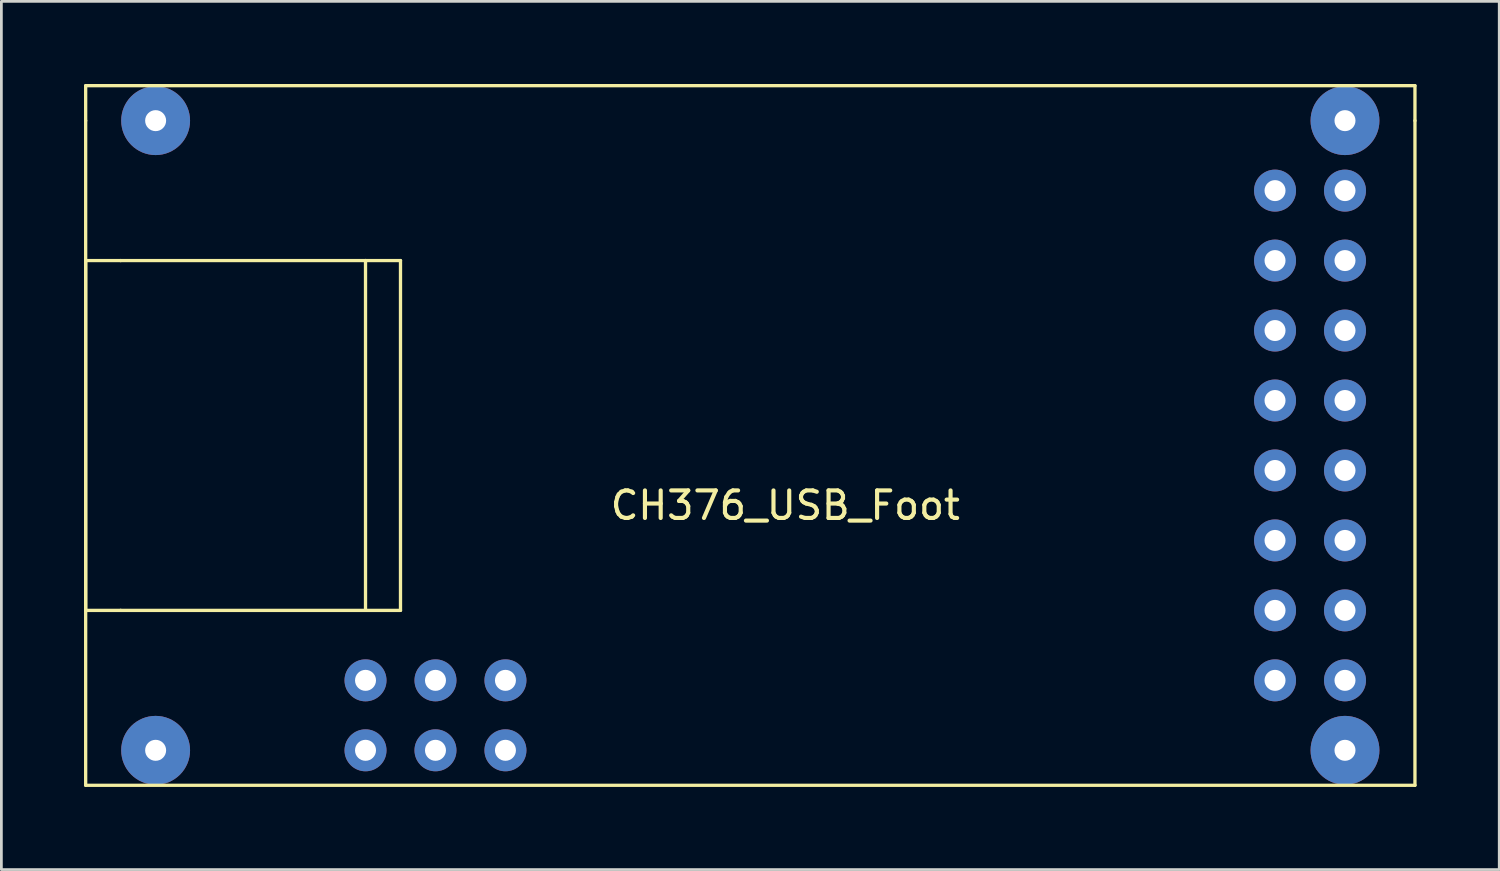
<source format=kicad_pcb>
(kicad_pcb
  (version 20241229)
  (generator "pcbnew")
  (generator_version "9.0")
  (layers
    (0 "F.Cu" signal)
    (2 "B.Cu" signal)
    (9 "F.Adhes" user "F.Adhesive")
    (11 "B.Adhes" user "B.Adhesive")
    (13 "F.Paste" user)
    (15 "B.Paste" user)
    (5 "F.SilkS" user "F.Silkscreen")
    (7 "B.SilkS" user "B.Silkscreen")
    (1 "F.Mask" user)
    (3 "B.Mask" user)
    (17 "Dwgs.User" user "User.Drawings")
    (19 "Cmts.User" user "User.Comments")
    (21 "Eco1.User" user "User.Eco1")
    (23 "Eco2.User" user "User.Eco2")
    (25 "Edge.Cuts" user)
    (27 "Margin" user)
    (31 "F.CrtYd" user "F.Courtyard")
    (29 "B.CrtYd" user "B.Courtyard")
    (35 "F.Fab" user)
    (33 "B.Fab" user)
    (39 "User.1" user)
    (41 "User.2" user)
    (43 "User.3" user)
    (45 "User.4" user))
  (footprint "CH376_USB_Foot"
    (layer "F.Cu")
    (at 28 12.76)
    (property "Reference" "CH376_USB_Foot" (at -2.54 2.54 0) (layer "F.SilkS") (effects (font (size 1 1) (thickness 0.15))))
    (attr through_hole)
    (fp_line (start -27.94 -12.7) (end -27.94 -11.43) (stroke (width 0.12) (type solid)) (layer "F.SilkS"))
    (fp_line (start -27.94 -11.43) (end -27.94 12.7) (stroke (width 0.12) (type solid)) (layer "F.SilkS"))
    (fp_line (start -27.94 -6.35) (end -27.94 6.35) (stroke (width 0.12) (type solid)) (layer "F.SilkS"))
    (fp_line (start -27.94 6.35) (end -26.67 6.35) (stroke (width 0.12) (type solid)) (layer "F.SilkS"))
    (fp_line (start -27.94 12.7) (end 20.32 12.7) (stroke (width 0.12) (type solid)) (layer "F.SilkS"))
    (fp_line (start -26.67 -6.35) (end -27.94 -6.35) (stroke (width 0.12) (type solid)) (layer "F.SilkS"))
    (fp_line (start -26.67 -6.35) (end -17.78 -6.35) (stroke (width 0.12) (type solid)) (layer "F.SilkS"))
    (fp_line (start -17.78 -6.35) (end -17.78 6.35) (stroke (width 0.12) (type solid)) (layer "F.SilkS"))
    (fp_line (start -17.78 -6.35) (end -16.51 -6.35) (stroke (width 0.12) (type solid)) (layer "F.SilkS"))
    (fp_line (start -17.78 6.35) (end -26.67 6.35) (stroke (width 0.12) (type solid)) (layer "F.SilkS"))
    (fp_line (start -16.51 -6.35) (end -16.51 6.35) (stroke (width 0.12) (type solid)) (layer "F.SilkS"))
    (fp_line (start -16.51 6.35) (end -17.78 6.35) (stroke (width 0.12) (type solid)) (layer "F.SilkS"))
    (fp_line (start 20.32 -12.7) (end -27.94 -12.7) (stroke (width 0.12) (type solid)) (layer "F.SilkS"))
    (fp_line (start 20.32 -12.7) (end 20.32 -11.43) (stroke (width 0.12) (type solid)) (layer "F.SilkS"))
    (fp_line (start 20.32 -11.43) (end 20.32 12.7) (stroke (width 0.12) (type solid)) (layer "F.SilkS"))
    (pad "" np_thru_hole circle (at -25.4 -11.43) (size 2.5 2.5) (drill 0.762) (layers "*.Cu" "*.Mask"))
    (pad "" np_thru_hole circle (at -25.4 11.43) (size 2.5 2.5) (drill 0.762) (layers "*.Cu" "*.Mask"))
    (pad "" np_thru_hole circle (at 17.78 -11.43) (size 2.5 2.5) (drill 0.762) (layers "*.Cu" "*.Mask"))
    (pad "" np_thru_hole circle (at 17.78 11.43) (size 2.5 2.5) (drill 0.762) (layers "*.Cu" "*.Mask"))
    (pad "1" thru_hole circle (at 15.24 3.81) (size 1.524 1.524) (drill 0.762) (layers "*.Cu" "*.Mask"))
    (pad "2" thru_hole circle (at -15.24 11.43) (size 1.524 1.524) (drill 0.762) (layers "*.Cu" "*.Mask"))
    (pad "2" thru_hole circle (at 15.24 6.35) (size 1.524 1.524) (drill 0.762) (layers "*.Cu" "*.Mask"))
    (pad "3" thru_hole circle (at -12.7 11.43) (size 1.524 1.524) (drill 0.762) (layers "*.Cu" "*.Mask"))
    (pad "4" thru_hole circle (at -17.78 11.43) (size 1.524 1.524) (drill 0.762) (layers "*.Cu" "*.Mask"))
    (pad "5" thru_hole circle (at -17.78 8.89) (size 1.524 1.524) (drill 0.762) (layers "*.Cu" "*.Mask"))
    (pad "6" thru_hole circle (at -15.24 8.89) (size 1.524 1.524) (drill 0.762) (layers "*.Cu" "*.Mask"))
    (pad "7" thru_hole circle (at -12.7 8.89) (size 1.524 1.524) (drill 0.762) (layers "*.Cu" "*.Mask"))
    (pad "8" thru_hole circle (at 15.24 -8.89) (size 1.524 1.524) (drill 0.762) (layers "*.Cu" "*.Mask"))
    (pad "9" thru_hole circle (at 15.24 -6.35) (size 1.524 1.524) (drill 0.762) (layers "*.Cu" "*.Mask"))
    (pad "10" thru_hole circle (at 15.24 -3.81) (size 1.524 1.524) (drill 0.762) (layers "*.Cu" "*.Mask"))
    (pad "11" thru_hole circle (at 15.24 -1.27) (size 1.524 1.524) (drill 0.762) (layers "*.Cu" "*.Mask"))
    (pad "12" thru_hole circle (at 15.24 1.27) (size 1.524 1.524) (drill 0.762) (layers "*.Cu" "*.Mask"))
    (pad "13" thru_hole circle (at 15.24 8.89) (size 1.524 1.524) (drill 0.762) (layers "*.Cu" "*.Mask"))
    (pad "14" thru_hole circle (at 17.78 8.89) (size 1.524 1.524) (drill 0.762) (layers "*.Cu" "*.Mask"))
    (pad "15" thru_hole circle (at 17.78 6.35) (size 1.524 1.524) (drill 0.762) (layers "*.Cu" "*.Mask"))
    (pad "16" thru_hole circle (at 17.78 3.81) (size 1.524 1.524) (drill 0.762) (layers "*.Cu" "*.Mask"))
    (pad "17" thru_hole circle (at 17.78 1.27) (size 1.524 1.524) (drill 0.762) (layers "*.Cu" "*.Mask"))
    (pad "18" thru_hole circle (at 17.78 -1.27) (size 1.524 1.524) (drill 0.762) (layers "*.Cu" "*.Mask"))
    (pad "19" thru_hole circle (at 17.78 -3.81) (size 1.524 1.524) (drill 0.762) (layers "*.Cu" "*.Mask"))
    (pad "20" thru_hole circle (at 17.78 -6.35) (size 1.524 1.524) (drill 0.762) (layers "*.Cu" "*.Mask"))
    (pad "21" thru_hole circle (at 17.78 -8.89) (size 1.524 1.524) (drill 0.762) (layers "*.Cu" "*.Mask")))
  (gr_rect
    (start -3 -3)
    (end 51.38 28.52)
    (stroke (width 0.1) (type default))
    (fill no)
    (layer "Edge.Cuts")))
</source>
